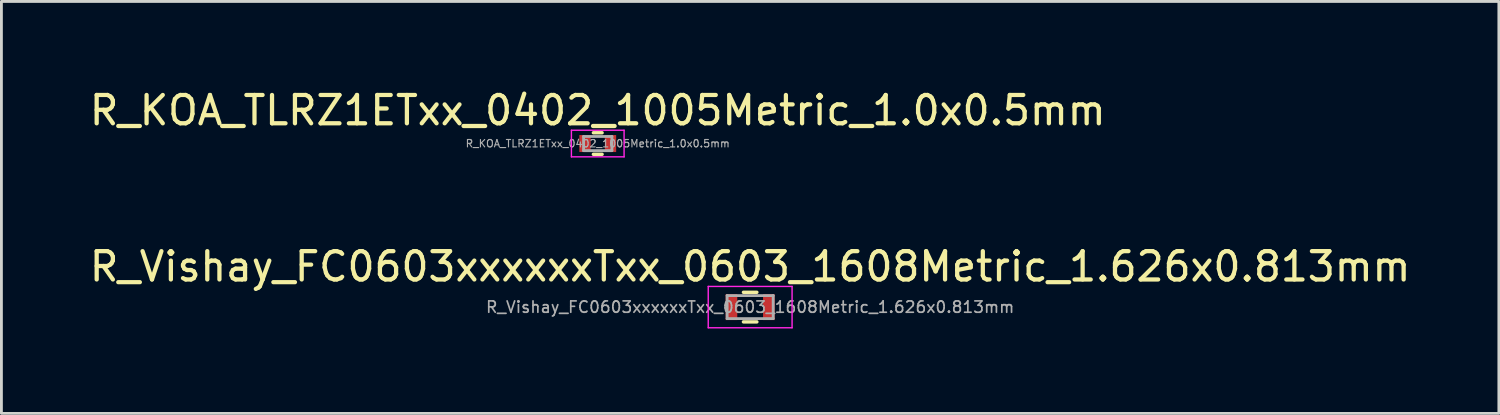
<source format=kicad_pcb>
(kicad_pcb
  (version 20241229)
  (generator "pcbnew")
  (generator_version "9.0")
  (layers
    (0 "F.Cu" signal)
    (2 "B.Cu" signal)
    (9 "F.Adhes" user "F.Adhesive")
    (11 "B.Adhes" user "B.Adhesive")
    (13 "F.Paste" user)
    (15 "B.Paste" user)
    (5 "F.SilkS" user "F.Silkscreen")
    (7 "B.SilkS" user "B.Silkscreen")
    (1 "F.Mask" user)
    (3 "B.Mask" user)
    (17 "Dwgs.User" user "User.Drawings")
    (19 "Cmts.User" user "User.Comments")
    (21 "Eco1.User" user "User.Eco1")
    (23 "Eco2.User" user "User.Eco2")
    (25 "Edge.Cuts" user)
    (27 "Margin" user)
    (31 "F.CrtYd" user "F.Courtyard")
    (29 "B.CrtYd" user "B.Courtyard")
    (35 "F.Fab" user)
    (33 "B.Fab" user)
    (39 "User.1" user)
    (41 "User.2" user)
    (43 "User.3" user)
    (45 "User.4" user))
  (footprint "R_Vishay_FC0603xxxxxxTxx_0603_1608Metric_1.626x0.813mm"
    (layer "F.Cu")
    (at 23.435 7.792)
    (property "Reference" "R_Vishay_FC0603xxxxxxTxx_0603_1608Metric_1.626x0.813mm" (at 0 -1.43 0) (layer "F.SilkS") (effects (font (size 1 1) (thickness 0.15))))
    (attr smd)
    (fp_line (start -0.237 -0.522) (end 0.237 -0.522) (stroke (width 0.12) (type solid)) (layer "F.SilkS"))
    (fp_line (start -0.237 0.522) (end 0.237 0.522) (stroke (width 0.12) (type solid)) (layer "F.SilkS"))
    (fp_line (start -1.48 -0.73) (end 1.48 -0.73) (stroke (width 0.05) (type solid)) (layer "F.CrtYd"))
    (fp_line (start -1.48 0.73) (end -1.48 -0.73) (stroke (width 0.05) (type solid)) (layer "F.CrtYd"))
    (fp_line (start 1.48 -0.73) (end 1.48 0.73) (stroke (width 0.05) (type solid)) (layer "F.CrtYd"))
    (fp_line (start 1.48 0.73) (end -1.48 0.73) (stroke (width 0.05) (type solid)) (layer "F.CrtYd"))
    (fp_line (start -0.813 -0.406) (end 0.813 -0.406) (stroke (width 0.1) (type solid)) (layer "F.Fab"))
    (fp_line (start -0.813 0.406) (end -0.813 -0.406) (stroke (width 0.1) (type solid)) (layer "F.Fab"))
    (fp_line (start 0.813 -0.406) (end 0.813 0.406) (stroke (width 0.1) (type solid)) (layer "F.Fab"))
    (fp_line (start 0.813 0.406) (end -0.813 0.406) (stroke (width 0.1) (type solid)) (layer "F.Fab"))
    (fp_text user "${REFERENCE}" (at 0 0 0) (layer "F.Fab") (effects (font (size 0.4 0.4) (thickness 0.06))))
    (pad "1" smd rect (at -0.66 0) (size 0.41 0.917) (layers "F.Cu" "F.Mask" "F.Paste"))
    (pad "2" smd rect (at 0.66 0) (size 0.41 0.917) (layers "F.Cu" "F.Mask" "F.Paste")))
  (footprint "R_KOA_TLRZ1ETxx_0402_1005Metric_1.0x0.5mm"
    (layer "F.Cu")
    (at 18.054 2.018)
    (property "Reference" "R_KOA_TLRZ1ETxx_0402_1005Metric_1.0x0.5mm" (at 0 -1.17 0) (layer "F.SilkS") (effects (font (size 1 1) (thickness 0.15))))
    (attr smd)
    (fp_line (start -0.154 -0.38) (end 0.154 -0.38) (stroke (width 0.12) (type solid)) (layer "F.SilkS"))
    (fp_line (start -0.154 0.38) (end 0.154 0.38) (stroke (width 0.12) (type solid)) (layer "F.SilkS"))
    (fp_line (start -0.93 -0.47) (end 0.93 -0.47) (stroke (width 0.05) (type solid)) (layer "F.CrtYd"))
    (fp_line (start -0.93 0.47) (end -0.93 -0.47) (stroke (width 0.05) (type solid)) (layer "F.CrtYd"))
    (fp_line (start 0.93 -0.47) (end 0.93 0.47) (stroke (width 0.05) (type solid)) (layer "F.CrtYd"))
    (fp_line (start 0.93 0.47) (end -0.93 0.47) (stroke (width 0.05) (type solid)) (layer "F.CrtYd"))
    (fp_line (start -0.5 -0.25) (end 0.5 -0.25) (stroke (width 0.1) (type default)) (layer "F.Fab"))
    (fp_line (start -0.5 0.25) (end -0.5 -0.25) (stroke (width 0.1) (type default)) (layer "F.Fab"))
    (fp_line (start 0.5 -0.25) (end 0.5 0.25) (stroke (width 0.1) (type default)) (layer "F.Fab"))
    (fp_line (start 0.5 0.25) (end -0.5 0.25) (stroke (width 0.1) (type default)) (layer "F.Fab"))
    (fp_text user "${REFERENCE}" (at 0 0 0) (layer "F.Fab") (effects (font (size 0.26 0.26) (thickness 0.04))))
    (pad "1" smd rect (at -0.45 0) (size 0.4 0.6) (layers "F.Cu" "F.Mask" "F.Paste"))
    (pad "2" smd rect (at 0.45 0) (size 0.4 0.6) (layers "F.Cu" "F.Mask" "F.Paste")))
  (gr_rect
    (start -3 -3)
    (end 49.869 11.546)
    (stroke (width 0.1) (type default))
    (fill no)
    (layer "Edge.Cuts")))
</source>
